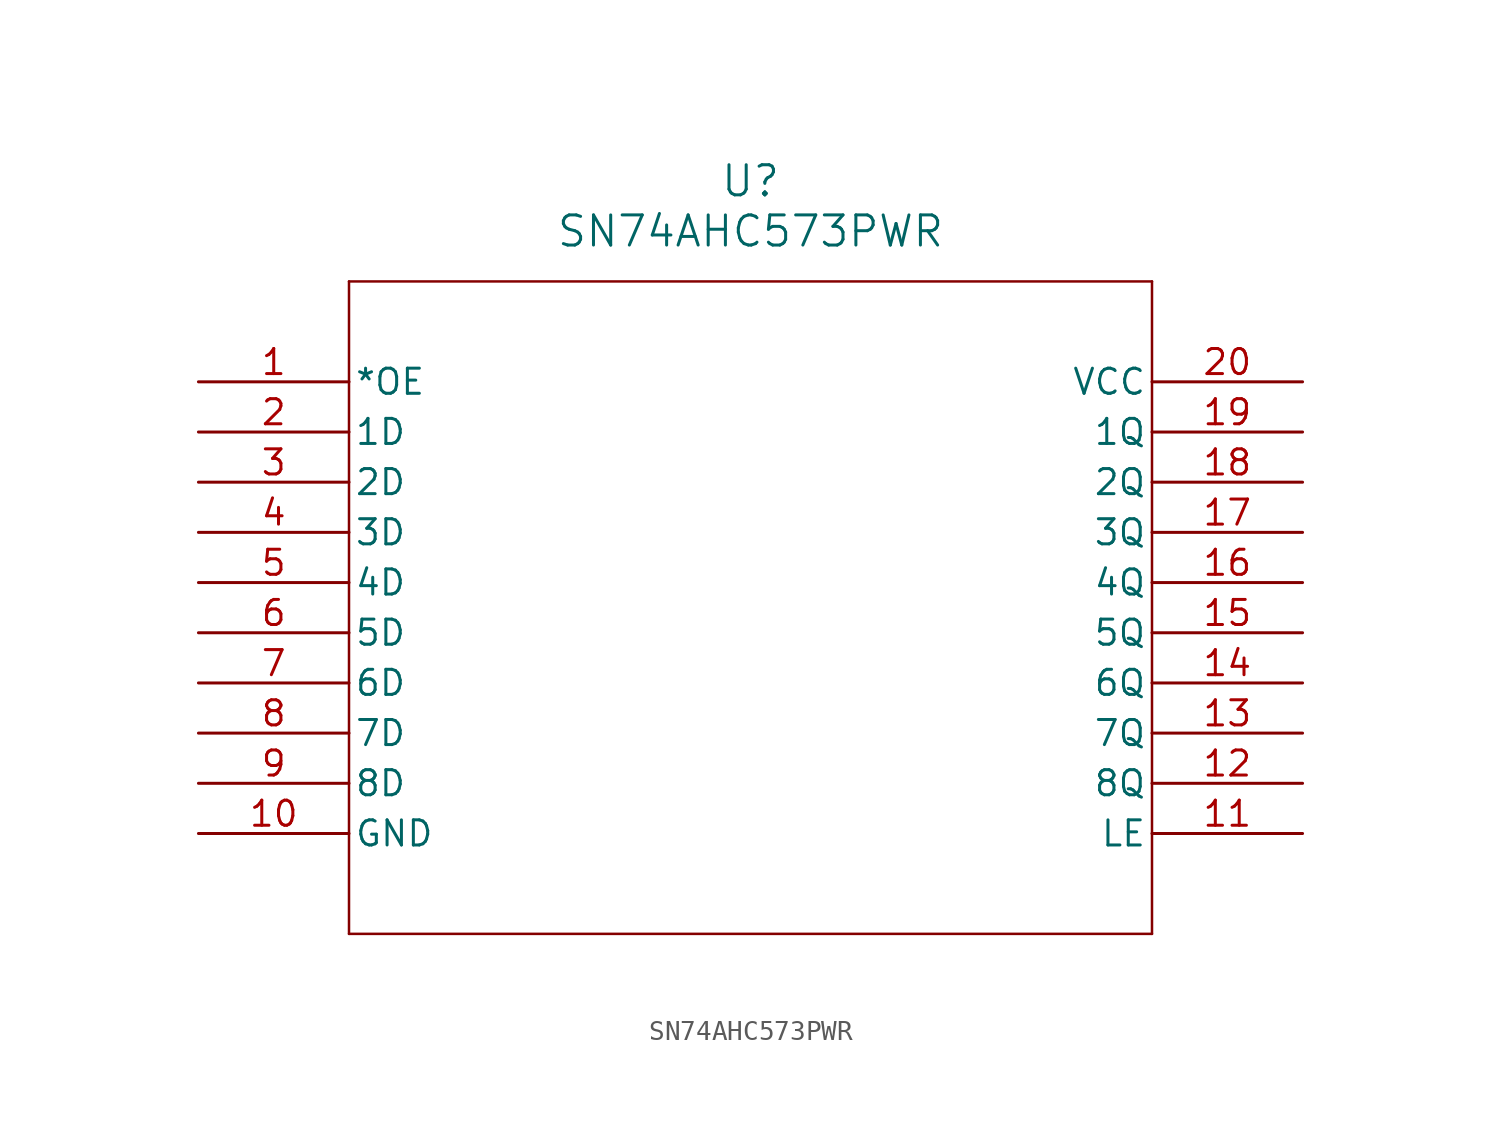
<source format=kicad_sym>
(kicad_symbol_lib
  (version 20211014)
  (generator kicad_symbol_editor)
  (symbol "SN74AHC573PWR"
    (pin_names
      (offset 0.254))
    (property "Reference" "U"
      (at 27.94 10.16 0)
      (effects (font (size 1.524 1.524))))
    (property "Value" "SN74AHC573PWR"
      (at 27.94 7.62 0)
      (effects (font (size 1.524 1.524))))
    (property "ki_locked" ""
      (at 0 0 0)
      (effects (font (size 1.27 1.27))))
    (symbol "SN74AHC573PWR_0_1"
      (polyline (pts (xy 7.62 -27.94) (xy 48.26 -27.94)) (stroke (width 0.127) (type default) (color 0 0 0 0)) (fill (type none)))
      (polyline (pts (xy 7.62 5.08) (xy 7.62 -27.94)) (stroke (width 0.127) (type default) (color 0 0 0 0)) (fill (type none)))
      (polyline (pts (xy 48.26 -27.94) (xy 48.26 5.08)) (stroke (width 0.127) (type default) (color 0 0 0 0)) (fill (type none)))
      (polyline (pts (xy 48.26 5.08) (xy 7.62 5.08)) (stroke (width 0.127) (type default) (color 0 0 0 0)) (fill (type none)))
      (pin input line (at 0 0 0) (length 7.62) (name "*OE" (effects (font (size 1.27 1.27)))) (number "1" (effects (font (size 1.27 1.27)))))
      (pin power_in line (at 0 -22.86 0) (length 7.62) (name "GND" (effects (font (size 1.27 1.27)))) (number "10" (effects (font (size 1.27 1.27)))))
      (pin input line (at 55.88 -22.86 180) (length 7.62) (name "LE" (effects (font (size 1.27 1.27)))) (number "11" (effects (font (size 1.27 1.27)))))
      (pin output line (at 55.88 -20.32 180) (length 7.62) (name "8Q" (effects (font (size 1.27 1.27)))) (number "12" (effects (font (size 1.27 1.27)))))
      (pin output line (at 55.88 -17.78 180) (length 7.62) (name "7Q" (effects (font (size 1.27 1.27)))) (number "13" (effects (font (size 1.27 1.27)))))
      (pin output line (at 55.88 -15.24 180) (length 7.62) (name "6Q" (effects (font (size 1.27 1.27)))) (number "14" (effects (font (size 1.27 1.27)))))
      (pin output line (at 55.88 -12.7 180) (length 7.62) (name "5Q" (effects (font (size 1.27 1.27)))) (number "15" (effects (font (size 1.27 1.27)))))
      (pin output line (at 55.88 -10.16 180) (length 7.62) (name "4Q" (effects (font (size 1.27 1.27)))) (number "16" (effects (font (size 1.27 1.27)))))
      (pin output line (at 55.88 -7.62 180) (length 7.62) (name "3Q" (effects (font (size 1.27 1.27)))) (number "17" (effects (font (size 1.27 1.27)))))
      (pin output line (at 55.88 -5.08 180) (length 7.62) (name "2Q" (effects (font (size 1.27 1.27)))) (number "18" (effects (font (size 1.27 1.27)))))
      (pin output line (at 55.88 -2.54 180) (length 7.62) (name "1Q" (effects (font (size 1.27 1.27)))) (number "19" (effects (font (size 1.27 1.27)))))
      (pin input line (at 0 -2.54 0) (length 7.62) (name "1D" (effects (font (size 1.27 1.27)))) (number "2" (effects (font (size 1.27 1.27)))))
      (pin power_in line (at 55.88 0 180) (length 7.62) (name "VCC" (effects (font (size 1.27 1.27)))) (number "20" (effects (font (size 1.27 1.27)))))
      (pin input line (at 0 -5.08 0) (length 7.62) (name "2D" (effects (font (size 1.27 1.27)))) (number "3" (effects (font (size 1.27 1.27)))))
      (pin input line (at 0 -7.62 0) (length 7.62) (name "3D" (effects (font (size 1.27 1.27)))) (number "4" (effects (font (size 1.27 1.27)))))
      (pin input line (at 0 -10.16 0) (length 7.62) (name "4D" (effects (font (size 1.27 1.27)))) (number "5" (effects (font (size 1.27 1.27)))))
      (pin input line (at 0 -12.7 0) (length 7.62) (name "5D" (effects (font (size 1.27 1.27)))) (number "6" (effects (font (size 1.27 1.27)))))
      (pin input line (at 0 -15.24 0) (length 7.62) (name "6D" (effects (font (size 1.27 1.27)))) (number "7" (effects (font (size 1.27 1.27)))))
      (pin input line (at 0 -17.78 0) (length 7.62) (name "7D" (effects (font (size 1.27 1.27)))) (number "8" (effects (font (size 1.27 1.27)))))
      (pin input line (at 0 -20.32 0) (length 7.62) (name "8D" (effects (font (size 1.27 1.27)))) (number "9" (effects (font (size 1.27 1.27))))))))
</source>
